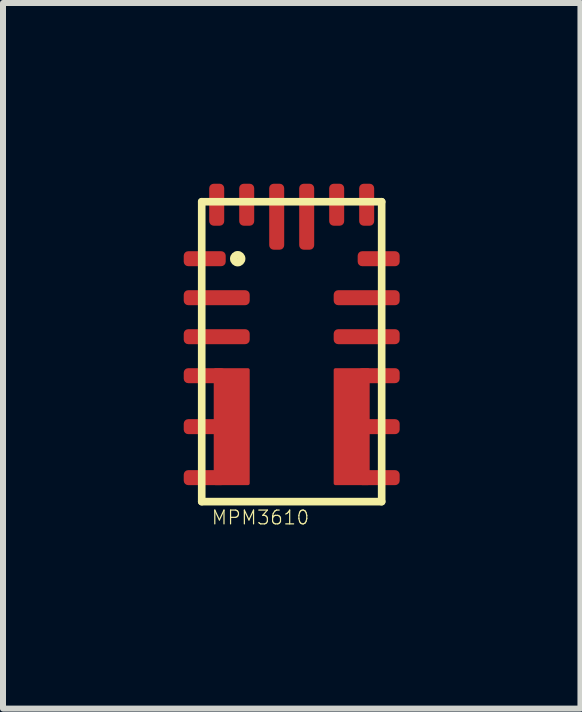
<source format=kicad_pcb>
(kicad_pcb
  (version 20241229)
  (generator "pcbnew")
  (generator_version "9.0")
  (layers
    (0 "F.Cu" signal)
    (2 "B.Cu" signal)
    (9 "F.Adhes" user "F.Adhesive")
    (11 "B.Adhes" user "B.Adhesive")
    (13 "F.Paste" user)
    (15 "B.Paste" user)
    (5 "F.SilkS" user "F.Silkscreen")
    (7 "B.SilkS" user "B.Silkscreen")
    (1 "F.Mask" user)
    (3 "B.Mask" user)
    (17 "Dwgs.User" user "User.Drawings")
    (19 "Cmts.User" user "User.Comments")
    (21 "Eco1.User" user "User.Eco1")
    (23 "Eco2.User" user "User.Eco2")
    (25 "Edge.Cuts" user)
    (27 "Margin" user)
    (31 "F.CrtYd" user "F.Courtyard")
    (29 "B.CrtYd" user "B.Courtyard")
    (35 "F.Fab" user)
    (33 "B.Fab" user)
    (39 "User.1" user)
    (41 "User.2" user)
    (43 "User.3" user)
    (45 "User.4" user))
  (footprint "MPM3610"
    (layer "F.Cu")
    (at 1.813 2.813)
    (property "Reference" "MPM3610" (at -1.35 2.9 0) (unlocked yes) (layer "F.SilkS") (effects (font (size 0.23 0.23) (thickness 0.02)) (justify left bottom)))
    (fp_line (start -1.75 -1.65) (end -1.15 -1.65) (stroke (width 0.127) (type solid)) (layer "F.Mask"))
    (fp_line (start -1.75 -1.55) (end -1.75 -1.65) (stroke (width 0.127) (type solid)) (layer "F.Mask"))
    (fp_line (start -1.75 -1.55) (end -1.15 -1.55) (stroke (width 0.127) (type solid)) (layer "F.Mask"))
    (fp_line (start -1.75 -1.45) (end -1.75 -1.55) (stroke (width 0.127) (type solid)) (layer "F.Mask"))
    (fp_line (start -1.75 -1) (end -0.75 -1) (stroke (width 0.127) (type solid)) (layer "F.Mask"))
    (fp_line (start -1.75 -0.9) (end -1.75 -1) (stroke (width 0.127) (type solid)) (layer "F.Mask"))
    (fp_line (start -1.75 -0.9) (end -0.75 -0.9) (stroke (width 0.127) (type solid)) (layer "F.Mask"))
    (fp_line (start -1.75 -0.8) (end -1.75 -0.9) (stroke (width 0.127) (type solid)) (layer "F.Mask"))
    (fp_line (start -1.75 -0.35) (end -0.75 -0.35) (stroke (width 0.127) (type solid)) (layer "F.Mask"))
    (fp_line (start -1.75 -0.25) (end -1.75 -0.35) (stroke (width 0.127) (type solid)) (layer "F.Mask"))
    (fp_line (start -1.75 -0.25) (end -0.75 -0.25) (stroke (width 0.127) (type solid)) (layer "F.Mask"))
    (fp_line (start -1.75 -0.15) (end -1.75 -0.25) (stroke (width 0.127) (type solid)) (layer "F.Mask"))
    (fp_line (start -1.75 0.3) (end -1 0.3) (stroke (width 0.127) (type solid)) (layer "F.Mask"))
    (fp_line (start -1.75 0.4) (end -1.75 0.3) (stroke (width 0.127) (type solid)) (layer "F.Mask"))
    (fp_line (start -1.75 0.4) (end -1 0.4) (stroke (width 0.127) (type solid)) (layer "F.Mask"))
    (fp_line (start -1.75 0.5) (end -1.75 0.4) (stroke (width 0.127) (type solid)) (layer "F.Mask"))
    (fp_line (start -1.75 1.15) (end -1 1.15) (stroke (width 0.127) (type solid)) (layer "F.Mask"))
    (fp_line (start -1.75 1.25) (end -1.75 1.15) (stroke (width 0.127) (type solid)) (layer "F.Mask"))
    (fp_line (start -1.75 1.25) (end -1 1.25) (stroke (width 0.127) (type solid)) (layer "F.Mask"))
    (fp_line (start -1.75 1.35) (end -1.75 1.25) (stroke (width 0.127) (type solid)) (layer "F.Mask"))
    (fp_line (start -1.75 2) (end -1 2) (stroke (width 0.127) (type solid)) (layer "F.Mask"))
    (fp_line (start -1.75 2.1) (end -1.75 2) (stroke (width 0.127) (type solid)) (layer "F.Mask"))
    (fp_line (start -1.75 2.1) (end -1 2.1) (stroke (width 0.127) (type solid)) (layer "F.Mask"))
    (fp_line (start -1.75 2.2) (end -1.75 2.1) (stroke (width 0.127) (type solid)) (layer "F.Mask"))
    (fp_line (start -1.35 -2.75) (end -1.25 -2.75) (stroke (width 0.127) (type solid)) (layer "F.Mask"))
    (fp_line (start -1.35 -2.15) (end -1.35 -2.75) (stroke (width 0.127) (type solid)) (layer "F.Mask"))
    (fp_line (start -1.25 -2.75) (end -1.25 -2.15) (stroke (width 0.127) (type solid)) (layer "F.Mask"))
    (fp_line (start -1.25 -2.75) (end -1.15 -2.75) (stroke (width 0.127) (type solid)) (layer "F.Mask"))
    (fp_line (start -1.25 -2.15) (end -1.35 -2.15) (stroke (width 0.127) (type solid)) (layer "F.Mask"))
    (fp_line (start -1.15 -2.75) (end -1.15 -2.15) (stroke (width 0.127) (type solid)) (layer "F.Mask"))
    (fp_line (start -1.15 -2.15) (end -1.25 -2.15) (stroke (width 0.127) (type solid)) (layer "F.Mask"))
    (fp_line (start -1.15 -1.65) (end -1.15 -1.55) (stroke (width 0.127) (type solid)) (layer "F.Mask"))
    (fp_line (start -1.15 -1.55) (end -1.15 -1.45) (stroke (width 0.127) (type solid)) (layer "F.Mask"))
    (fp_line (start -1.15 -1.45) (end -1.75 -1.45) (stroke (width 0.127) (type solid)) (layer "F.Mask"))
    (fp_line (start -1 0.3) (end -1 0.4) (stroke (width 0.127) (type solid)) (layer "F.Mask"))
    (fp_line (start -1 0.4) (end -1 0.5) (stroke (width 0.127) (type solid)) (layer "F.Mask"))
    (fp_line (start -1 0.5) (end -1.75 0.5) (stroke (width 0.127) (type solid)) (layer "F.Mask"))
    (fp_line (start -1 1.15) (end -1 1.25) (stroke (width 0.127) (type solid)) (layer "F.Mask"))
    (fp_line (start -1 1.25) (end -1 1.35) (stroke (width 0.127) (type solid)) (layer "F.Mask"))
    (fp_line (start -1 1.35) (end -1.75 1.35) (stroke (width 0.127) (type solid)) (layer "F.Mask"))
    (fp_line (start -1 2) (end -1 2.1) (stroke (width 0.127) (type solid)) (layer "F.Mask"))
    (fp_line (start -1 2.1) (end -1 2.2) (stroke (width 0.127) (type solid)) (layer "F.Mask"))
    (fp_line (start -1 2.2) (end -1.75 2.2) (stroke (width 0.127) (type solid)) (layer "F.Mask"))
    (fp_line (start -0.85 -2.75) (end -0.75 -2.75) (stroke (width 0.127) (type solid)) (layer "F.Mask"))
    (fp_line (start -0.85 -2.15) (end -0.85 -2.75) (stroke (width 0.127) (type solid)) (layer "F.Mask"))
    (fp_line (start -0.75 -2.75) (end -0.75 -2.15) (stroke (width 0.127) (type solid)) (layer "F.Mask"))
    (fp_line (start -0.75 -2.75) (end -0.65 -2.75) (stroke (width 0.127) (type solid)) (layer "F.Mask"))
    (fp_line (start -0.75 -2.15) (end -0.85 -2.15) (stroke (width 0.127) (type solid)) (layer "F.Mask"))
    (fp_line (start -0.75 -1) (end -0.75 -0.9) (stroke (width 0.127) (type solid)) (layer "F.Mask"))
    (fp_line (start -0.75 -0.9) (end -0.75 -0.8) (stroke (width 0.127) (type solid)) (layer "F.Mask"))
    (fp_line (start -0.75 -0.8) (end -1.75 -0.8) (stroke (width 0.127) (type solid)) (layer "F.Mask"))
    (fp_line (start -0.75 -0.35) (end -0.75 -0.25) (stroke (width 0.127) (type solid)) (layer "F.Mask"))
    (fp_line (start -0.75 -0.25) (end -0.75 -0.15) (stroke (width 0.127) (type solid)) (layer "F.Mask"))
    (fp_line (start -0.75 -0.15) (end -1.75 -0.15) (stroke (width 0.127) (type solid)) (layer "F.Mask"))
    (fp_line (start -0.65 -2.75) (end -0.65 -2.15) (stroke (width 0.127) (type solid)) (layer "F.Mask"))
    (fp_line (start -0.65 -2.15) (end -0.75 -2.15) (stroke (width 0.127) (type solid)) (layer "F.Mask"))
    (fp_line (start -0.35 -2.75) (end -0.25 -2.75) (stroke (width 0.127) (type solid)) (layer "F.Mask"))
    (fp_line (start -0.35 -1.75) (end -0.35 -2.75) (stroke (width 0.127) (type solid)) (layer "F.Mask"))
    (fp_line (start -0.25 -2.75) (end -0.25 -1.75) (stroke (width 0.127) (type solid)) (layer "F.Mask"))
    (fp_line (start -0.25 -2.75) (end -0.15 -2.75) (stroke (width 0.127) (type solid)) (layer "F.Mask"))
    (fp_line (start -0.25 -1.75) (end -0.35 -1.75) (stroke (width 0.127) (type solid)) (layer "F.Mask"))
    (fp_line (start -0.15 -2.75) (end -0.15 -1.75) (stroke (width 0.127) (type solid)) (layer "F.Mask"))
    (fp_line (start -0.15 -1.75) (end -0.25 -1.75) (stroke (width 0.127) (type solid)) (layer "F.Mask"))
    (fp_line (start 0.15 -2.75) (end 0.25 -2.75) (stroke (width 0.127) (type solid)) (layer "F.Mask"))
    (fp_line (start 0.15 -1.75) (end 0.15 -2.75) (stroke (width 0.127) (type solid)) (layer "F.Mask"))
    (fp_line (start 0.25 -2.75) (end 0.25 -1.75) (stroke (width 0.127) (type solid)) (layer "F.Mask"))
    (fp_line (start 0.25 -2.75) (end 0.35 -2.75) (stroke (width 0.127) (type solid)) (layer "F.Mask"))
    (fp_line (start 0.25 -1.75) (end 0.15 -1.75) (stroke (width 0.127) (type solid)) (layer "F.Mask"))
    (fp_line (start 0.35 -2.75) (end 0.35 -1.75) (stroke (width 0.127) (type solid)) (layer "F.Mask"))
    (fp_line (start 0.35 -1.75) (end 0.25 -1.75) (stroke (width 0.127) (type solid)) (layer "F.Mask"))
    (fp_line (start 0.65 -2.75) (end 0.75 -2.75) (stroke (width 0.127) (type solid)) (layer "F.Mask"))
    (fp_line (start 0.65 -2.15) (end 0.65 -2.75) (stroke (width 0.127) (type solid)) (layer "F.Mask"))
    (fp_line (start 0.75 -2.75) (end 0.75 -2.15) (stroke (width 0.127) (type solid)) (layer "F.Mask"))
    (fp_line (start 0.75 -2.75) (end 0.85 -2.75) (stroke (width 0.127) (type solid)) (layer "F.Mask"))
    (fp_line (start 0.75 -2.15) (end 0.65 -2.15) (stroke (width 0.127) (type solid)) (layer "F.Mask"))
    (fp_line (start 0.75 -1) (end 1.75 -1) (stroke (width 0.127) (type solid)) (layer "F.Mask"))
    (fp_line (start 0.75 -0.9) (end 0.75 -1) (stroke (width 0.127) (type solid)) (layer "F.Mask"))
    (fp_line (start 0.75 -0.9) (end 1.75 -0.9) (stroke (width 0.127) (type solid)) (layer "F.Mask"))
    (fp_line (start 0.75 -0.8) (end 0.75 -0.9) (stroke (width 0.127) (type solid)) (layer "F.Mask"))
    (fp_line (start 0.75 -0.35) (end 1.75 -0.35) (stroke (width 0.127) (type solid)) (layer "F.Mask"))
    (fp_line (start 0.75 -0.25) (end 0.75 -0.35) (stroke (width 0.127) (type solid)) (layer "F.Mask"))
    (fp_line (start 0.75 -0.25) (end 1.75 -0.25) (stroke (width 0.127) (type solid)) (layer "F.Mask"))
    (fp_line (start 0.75 -0.15) (end 0.75 -0.25) (stroke (width 0.127) (type solid)) (layer "F.Mask"))
    (fp_line (start 0.85 -2.75) (end 0.85 -2.15) (stroke (width 0.127) (type solid)) (layer "F.Mask"))
    (fp_line (start 0.85 -2.15) (end 0.75 -2.15) (stroke (width 0.127) (type solid)) (layer "F.Mask"))
    (fp_line (start 1 0.3) (end 1 0.4) (stroke (width 0.127) (type solid)) (layer "F.Mask"))
    (fp_line (start 1 0.4) (end 1 0.5) (stroke (width 0.127) (type solid)) (layer "F.Mask"))
    (fp_line (start 1 0.4) (end 1.75 0.4) (stroke (width 0.127) (type solid)) (layer "F.Mask"))
    (fp_line (start 1 0.5) (end 1.75 0.5) (stroke (width 0.127) (type solid)) (layer "F.Mask"))
    (fp_line (start 1 1.15) (end 1 1.25) (stroke (width 0.127) (type solid)) (layer "F.Mask"))
    (fp_line (start 1 1.25) (end 1 1.35) (stroke (width 0.127) (type solid)) (layer "F.Mask"))
    (fp_line (start 1 1.25) (end 1.75 1.25) (stroke (width 0.127) (type solid)) (layer "F.Mask"))
    (fp_line (start 1 1.35) (end 1.75 1.35) (stroke (width 0.127) (type solid)) (layer "F.Mask"))
    (fp_line (start 1 2) (end 1 2.1) (stroke (width 0.127) (type solid)) (layer "F.Mask"))
    (fp_line (start 1 2.1) (end 1 2.2) (stroke (width 0.127) (type solid)) (layer "F.Mask"))
    (fp_line (start 1 2.1) (end 1.75 2.1) (stroke (width 0.127) (type solid)) (layer "F.Mask"))
    (fp_line (start 1 2.2) (end 1.75 2.2) (stroke (width 0.127) (type solid)) (layer "F.Mask"))
    (fp_line (start 1.15 -2.75) (end 1.25 -2.75) (stroke (width 0.127) (type solid)) (layer "F.Mask"))
    (fp_line (start 1.15 -2.15) (end 1.15 -2.75) (stroke (width 0.127) (type solid)) (layer "F.Mask"))
    (fp_line (start 1.15 -1.65) (end 1.75 -1.65) (stroke (width 0.127) (type solid)) (layer "F.Mask"))
    (fp_line (start 1.15 -1.55) (end 1.15 -1.65) (stroke (width 0.127) (type solid)) (layer "F.Mask"))
    (fp_line (start 1.15 -1.55) (end 1.75 -1.55) (stroke (width 0.127) (type solid)) (layer "F.Mask"))
    (fp_line (start 1.15 -1.45) (end 1.15 -1.55) (stroke (width 0.127) (type solid)) (layer "F.Mask"))
    (fp_line (start 1.25 -2.75) (end 1.25 -2.15) (stroke (width 0.127) (type solid)) (layer "F.Mask"))
    (fp_line (start 1.25 -2.75) (end 1.35 -2.75) (stroke (width 0.127) (type solid)) (layer "F.Mask"))
    (fp_line (start 1.25 -2.15) (end 1.15 -2.15) (stroke (width 0.127) (type solid)) (layer "F.Mask"))
    (fp_line (start 1.35 -2.75) (end 1.35 -2.15) (stroke (width 0.127) (type solid)) (layer "F.Mask"))
    (fp_line (start 1.35 -2.15) (end 1.25 -2.15) (stroke (width 0.127) (type solid)) (layer "F.Mask"))
    (fp_line (start 1.75 -1.65) (end 1.75 -1.55) (stroke (width 0.127) (type solid)) (layer "F.Mask"))
    (fp_line (start 1.75 -1.55) (end 1.75 -1.45) (stroke (width 0.127) (type solid)) (layer "F.Mask"))
    (fp_line (start 1.75 -1.45) (end 1.15 -1.45) (stroke (width 0.127) (type solid)) (layer "F.Mask"))
    (fp_line (start 1.75 -1) (end 1.75 -0.9) (stroke (width 0.127) (type solid)) (layer "F.Mask"))
    (fp_line (start 1.75 -0.9) (end 1.75 -0.8) (stroke (width 0.127) (type solid)) (layer "F.Mask"))
    (fp_line (start 1.75 -0.8) (end 0.75 -0.8) (stroke (width 0.127) (type solid)) (layer "F.Mask"))
    (fp_line (start 1.75 -0.35) (end 1.75 -0.25) (stroke (width 0.127) (type solid)) (layer "F.Mask"))
    (fp_line (start 1.75 -0.25) (end 1.75 -0.15) (stroke (width 0.127) (type solid)) (layer "F.Mask"))
    (fp_line (start 1.75 -0.15) (end 0.75 -0.15) (stroke (width 0.127) (type solid)) (layer "F.Mask"))
    (fp_line (start 1.75 0.3) (end 1 0.3) (stroke (width 0.127) (type solid)) (layer "F.Mask"))
    (fp_line (start 1.75 0.4) (end 1.75 0.3) (stroke (width 0.127) (type solid)) (layer "F.Mask"))
    (fp_line (start 1.75 0.5) (end 1.75 0.4) (stroke (width 0.127) (type solid)) (layer "F.Mask"))
    (fp_line (start 1.75 1.15) (end 1 1.15) (stroke (width 0.127) (type solid)) (layer "F.Mask"))
    (fp_line (start 1.75 1.25) (end 1.75 1.15) (stroke (width 0.127) (type solid)) (layer "F.Mask"))
    (fp_line (start 1.75 1.35) (end 1.75 1.25) (stroke (width 0.127) (type solid)) (layer "F.Mask"))
    (fp_line (start 1.75 2) (end 1 2) (stroke (width 0.127) (type solid)) (layer "F.Mask"))
    (fp_line (start 1.75 2.1) (end 1.75 2) (stroke (width 0.127) (type solid)) (layer "F.Mask"))
    (fp_line (start 1.75 2.2) (end 1.75 2.1) (stroke (width 0.127) (type solid)) (layer "F.Mask"))
    (fp_line (start -1.5 -2.5) (end -1.5 2.5) (stroke (width 0.127) (type solid)) (layer "F.SilkS"))
    (fp_line (start -1.5 2.5) (end 1.5 2.5) (stroke (width 0.127) (type solid)) (layer "F.SilkS"))
    (fp_line (start 1.5 -2.5) (end -1.5 -2.5) (stroke (width 0.127) (type solid)) (layer "F.SilkS"))
    (fp_line (start 1.5 2.5) (end 1.5 -2.5) (stroke (width 0.127) (type solid)) (layer "F.SilkS"))
    (fp_circle (center -0.9 -1.55) (end -0.835 -1.55) (stroke (width 0.127) (type solid)) (fill no) (layer "F.SilkS"))
    (pad "1" smd roundrect (at -1.45 -1.55 90) (size 0.25 0.7) (layers "F.Cu" "F.Paste") (roundrect_rratio 0.3))
    (pad "2" smd roundrect (at -1.25 -0.9 90) (size 0.25 1.1) (layers "F.Cu" "F.Paste") (roundrect_rratio 0.3))
    (pad "3" smd roundrect (at -1.25 -0.25 90) (size 0.25 1.1) (layers "F.Cu" "F.Paste") (roundrect_rratio 0.3))
    (pad "4" smd roundrect (at -1.45 0.4 270) (size 0.25 0.7) (layers "F.Cu" "F.Paste") (roundrect_rratio 0.3))
    (pad "5" smd roundrect (at -1.45 1.25 270) (size 0.25 0.7) (layers "F.Cu" "F.Paste") (roundrect_rratio 0.3))
    (pad "6" smd roundrect (at -1.45 2.1 270) (size 0.25 0.7) (layers "F.Cu" "F.Paste") (roundrect_rratio 0.3))
    (pad "7" smd roundrect (at 1.45 2.1 270) (size 0.25 0.7) (layers "F.Cu" "F.Paste") (roundrect_rratio 0.3))
    (pad "8" smd roundrect (at 1.45 1.25 270) (size 0.25 0.7) (layers "F.Cu" "F.Paste") (roundrect_rratio 0.3))
    (pad "9" smd roundrect (at 1.45 0.4 270) (size 0.25 0.7) (layers "F.Cu" "F.Paste") (roundrect_rratio 0.3))
    (pad "10" smd roundrect (at 1.25 -0.25 90) (size 0.25 1.1) (layers "F.Cu" "F.Paste") (roundrect_rratio 0.3))
    (pad "11" smd roundrect (at 1.25 -0.9 90) (size 0.25 1.1) (layers "F.Cu" "F.Paste") (roundrect_rratio 0.3))
    (pad "12" smd roundrect (at 1.45 -1.55 90) (size 0.25 0.7) (layers "F.Cu" "F.Paste") (roundrect_rratio 0.3))
    (pad "13" smd roundrect (at 1.25 -2.45) (size 0.25 0.7) (layers "F.Cu" "F.Paste") (roundrect_rratio 0.3))
    (pad "14" smd roundrect (at 0.75 -2.45) (size 0.25 0.7) (layers "F.Cu" "F.Paste") (roundrect_rratio 0.3))
    (pad "15" smd roundrect (at 0.25 -2.25) (size 0.25 1.1) (layers "F.Cu" "F.Paste") (roundrect_rratio 0.3))
    (pad "16" smd roundrect (at -0.25 -2.25) (size 0.25 1.1) (layers "F.Cu" "F.Paste") (roundrect_rratio 0.3))
    (pad "17" smd roundrect (at -0.75 -2.45) (size 0.25 0.7) (layers "F.Cu" "F.Paste") (roundrect_rratio 0.3))
    (pad "18" smd roundrect (at -1.25 -2.45) (size 0.25 0.7) (layers "F.Cu" "F.Paste") (roundrect_rratio 0.3))
    (pad "19" smd roundrect (at -1 1.25 90) (size 1.95 0.6) (layers "F.Cu" "F.Mask" "F.Paste") (roundrect_rratio 0.05))
    (pad "20" smd roundrect (at 1 1.25 90) (size 1.95 0.6) (layers "F.Cu" "F.Mask" "F.Paste") (roundrect_rratio 0.05))
    (zone (net_name "") (layer "F.Cu") (hatch edge 0.5) (connect_pads) (min_thickness 0.25) (filled_areas_thickness no) (keepout (tracks not_allowed) (vias not_allowed) (pads not_allowed) (copperpour not_allowed) (footprints allowed)) (placement (enabled no)) (fill) (polygon (pts (xy 1.238 2.913) (xy 2.389 2.913) (xy 2.389 1.313) (xy 1.238 1.313)))))
  (gr_rect
    (start -3 -3)
    (end 6.627 8.763)
    (stroke (width 0.1) (type default))
    (fill no)
    (layer "Edge.Cuts")))
</source>
